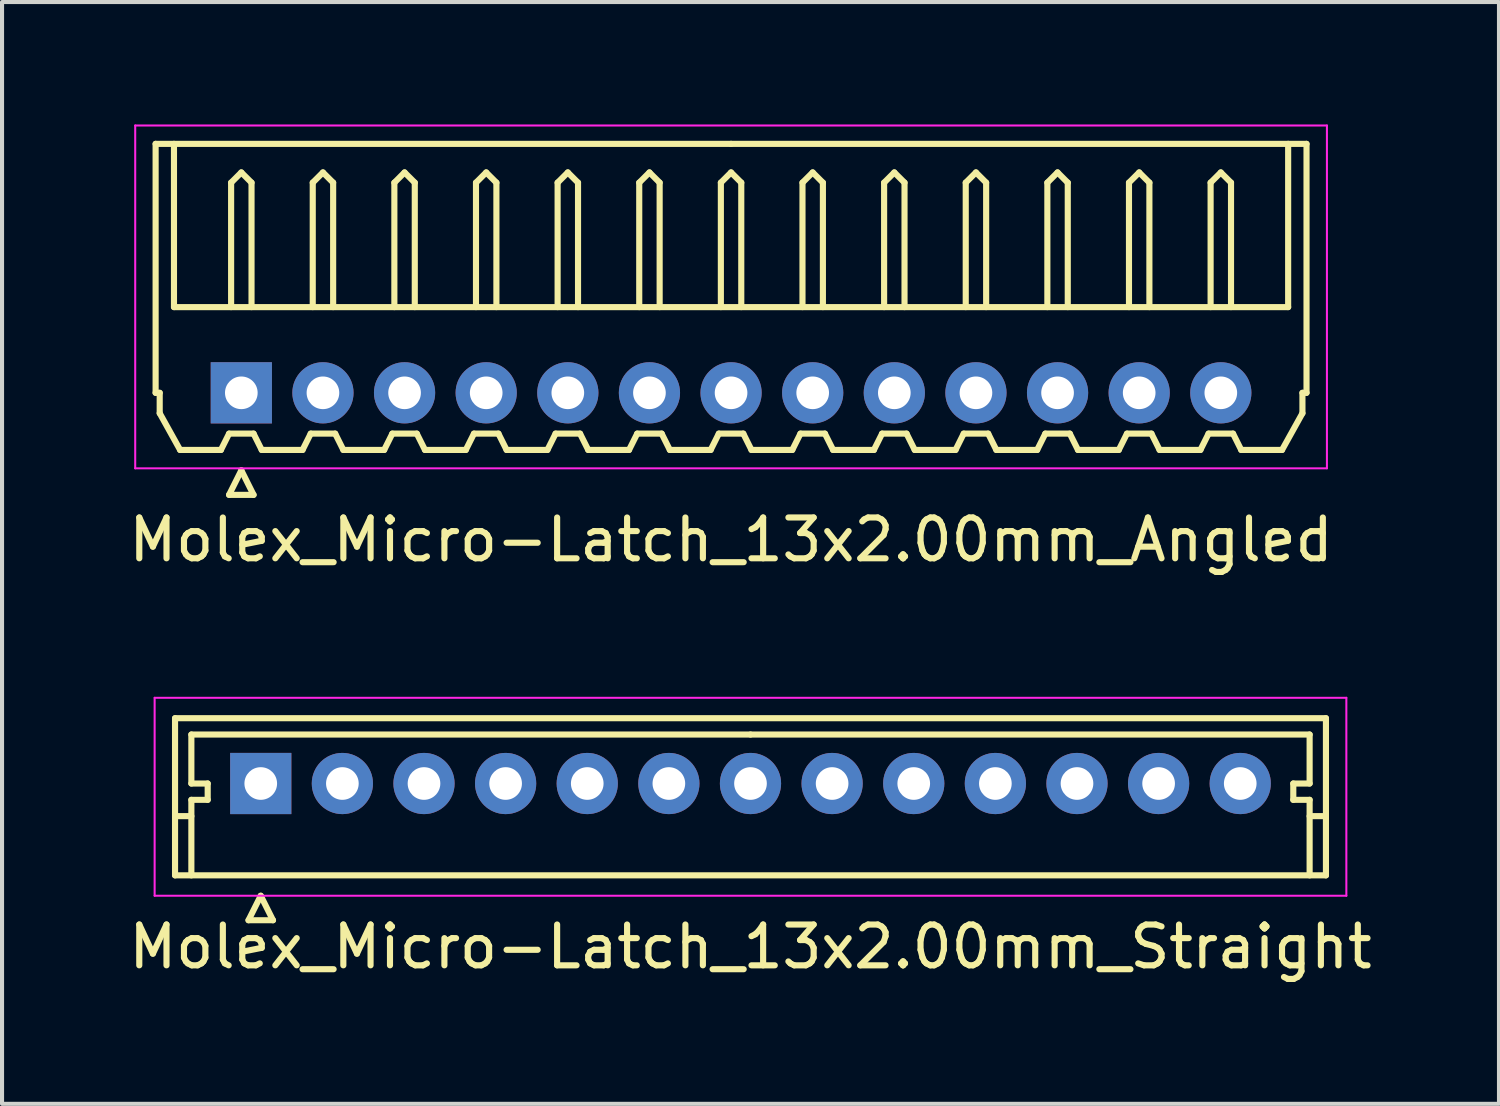
<source format=kicad_pcb>
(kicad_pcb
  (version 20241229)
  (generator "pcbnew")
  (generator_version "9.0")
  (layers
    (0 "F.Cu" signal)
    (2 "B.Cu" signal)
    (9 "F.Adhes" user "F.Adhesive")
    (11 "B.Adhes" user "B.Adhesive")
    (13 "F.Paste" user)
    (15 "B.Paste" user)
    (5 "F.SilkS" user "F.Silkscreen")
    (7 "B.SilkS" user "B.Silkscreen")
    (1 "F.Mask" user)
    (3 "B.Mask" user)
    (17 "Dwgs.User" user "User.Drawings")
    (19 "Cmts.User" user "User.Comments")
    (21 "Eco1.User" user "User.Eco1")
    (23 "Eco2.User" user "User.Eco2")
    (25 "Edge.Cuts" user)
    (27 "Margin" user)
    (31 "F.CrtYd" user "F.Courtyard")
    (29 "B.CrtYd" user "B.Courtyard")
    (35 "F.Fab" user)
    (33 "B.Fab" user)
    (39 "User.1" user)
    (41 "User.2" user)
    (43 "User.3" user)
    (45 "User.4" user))
  (footprint "Molex_Micro-Latch_13x2.00mm_Angled"
    (layer "F.Cu")
    (at 2.863 6.575)
    (property "Reference" "Molex_Micro-Latch_13x2.00mm_Angled" (at 12 3.6 0) (layer "F.SilkS") (effects (font (size 1 1) (thickness 0.15))))
    (attr through_hole)
    (fp_line (start -2.1 -6.1) (end 12 -6.1) (stroke (width 0.15) (type solid)) (layer "F.SilkS"))
    (fp_line (start -2.1 0) (end -2.1 -6.1) (stroke (width 0.15) (type solid)) (layer "F.SilkS"))
    (fp_line (start -2 0) (end -2.1 0) (stroke (width 0.15) (type solid)) (layer "F.SilkS"))
    (fp_line (start -2 0.5) (end -2 0) (stroke (width 0.15) (type solid)) (layer "F.SilkS"))
    (fp_line (start -1.65 -6.1) (end -1.65 -2.1) (stroke (width 0.15) (type solid)) (layer "F.SilkS"))
    (fp_line (start -1.65 -2.1) (end 25.65 -2.1) (stroke (width 0.15) (type solid)) (layer "F.SilkS"))
    (fp_line (start -1.5 1.4) (end -2 0.5) (stroke (width 0.15) (type solid)) (layer "F.SilkS"))
    (fp_line (start -0.5 1.4) (end -1.5 1.4) (stroke (width 0.15) (type solid)) (layer "F.SilkS"))
    (fp_line (start -0.3 1) (end -0.5 1.4) (stroke (width 0.15) (type solid)) (layer "F.SilkS"))
    (fp_line (start -0.3 1) (end 0.3 1) (stroke (width 0.15) (type solid)) (layer "F.SilkS"))
    (fp_line (start -0.3 2.5) (end 0.3 2.5) (stroke (width 0.15) (type solid)) (layer "F.SilkS"))
    (fp_line (start -0.25 -5.15) (end 0 -5.4) (stroke (width 0.15) (type solid)) (layer "F.SilkS"))
    (fp_line (start -0.25 -2.1) (end -0.25 -5.15) (stroke (width 0.15) (type solid)) (layer "F.SilkS"))
    (fp_line (start 0 -5.4) (end 0.25 -5.15) (stroke (width 0.15) (type solid)) (layer "F.SilkS"))
    (fp_line (start 0 1.9) (end -0.3 2.5) (stroke (width 0.15) (type solid)) (layer "F.SilkS"))
    (fp_line (start 0.25 -5.15) (end 0.25 -2.1) (stroke (width 0.15) (type solid)) (layer "F.SilkS"))
    (fp_line (start 0.3 1) (end 0.5 1.4) (stroke (width 0.15) (type solid)) (layer "F.SilkS"))
    (fp_line (start 0.3 2.5) (end 0 1.9) (stroke (width 0.15) (type solid)) (layer "F.SilkS"))
    (fp_line (start 0.5 1.4) (end 1.5 1.4) (stroke (width 0.15) (type solid)) (layer "F.SilkS"))
    (fp_line (start 1.5 1.4) (end 1.7 1) (stroke (width 0.15) (type solid)) (layer "F.SilkS"))
    (fp_line (start 1.7 1) (end 2.3 1) (stroke (width 0.15) (type solid)) (layer "F.SilkS"))
    (fp_line (start 1.75 -5.15) (end 2 -5.4) (stroke (width 0.15) (type solid)) (layer "F.SilkS"))
    (fp_line (start 1.75 -2.1) (end 1.75 -5.15) (stroke (width 0.15) (type solid)) (layer "F.SilkS"))
    (fp_line (start 2 -5.4) (end 2.25 -5.15) (stroke (width 0.15) (type solid)) (layer "F.SilkS"))
    (fp_line (start 2.25 -5.15) (end 2.25 -2.1) (stroke (width 0.15) (type solid)) (layer "F.SilkS"))
    (fp_line (start 2.3 1) (end 2.5 1.4) (stroke (width 0.15) (type solid)) (layer "F.SilkS"))
    (fp_line (start 2.5 1.4) (end 3.5 1.4) (stroke (width 0.15) (type solid)) (layer "F.SilkS"))
    (fp_line (start 3.5 1.4) (end 3.7 1) (stroke (width 0.15) (type solid)) (layer "F.SilkS"))
    (fp_line (start 3.7 1) (end 4.3 1) (stroke (width 0.15) (type solid)) (layer "F.SilkS"))
    (fp_line (start 3.75 -5.15) (end 4 -5.4) (stroke (width 0.15) (type solid)) (layer "F.SilkS"))
    (fp_line (start 3.75 -2.1) (end 3.75 -5.15) (stroke (width 0.15) (type solid)) (layer "F.SilkS"))
    (fp_line (start 4 -5.4) (end 4.25 -5.15) (stroke (width 0.15) (type solid)) (layer "F.SilkS"))
    (fp_line (start 4.25 -5.15) (end 4.25 -2.1) (stroke (width 0.15) (type solid)) (layer "F.SilkS"))
    (fp_line (start 4.3 1) (end 4.5 1.4) (stroke (width 0.15) (type solid)) (layer "F.SilkS"))
    (fp_line (start 4.5 1.4) (end 5.5 1.4) (stroke (width 0.15) (type solid)) (layer "F.SilkS"))
    (fp_line (start 5.5 1.4) (end 5.7 1) (stroke (width 0.15) (type solid)) (layer "F.SilkS"))
    (fp_line (start 5.7 1) (end 6.3 1) (stroke (width 0.15) (type solid)) (layer "F.SilkS"))
    (fp_line (start 5.75 -5.15) (end 6 -5.4) (stroke (width 0.15) (type solid)) (layer "F.SilkS"))
    (fp_line (start 5.75 -2.1) (end 5.75 -5.15) (stroke (width 0.15) (type solid)) (layer "F.SilkS"))
    (fp_line (start 6 -5.4) (end 6.25 -5.15) (stroke (width 0.15) (type solid)) (layer "F.SilkS"))
    (fp_line (start 6.25 -5.15) (end 6.25 -2.1) (stroke (width 0.15) (type solid)) (layer "F.SilkS"))
    (fp_line (start 6.3 1) (end 6.5 1.4) (stroke (width 0.15) (type solid)) (layer "F.SilkS"))
    (fp_line (start 6.5 1.4) (end 7.5 1.4) (stroke (width 0.15) (type solid)) (layer "F.SilkS"))
    (fp_line (start 7.5 1.4) (end 7.7 1) (stroke (width 0.15) (type solid)) (layer "F.SilkS"))
    (fp_line (start 7.7 1) (end 8.3 1) (stroke (width 0.15) (type solid)) (layer "F.SilkS"))
    (fp_line (start 7.75 -5.15) (end 8 -5.4) (stroke (width 0.15) (type solid)) (layer "F.SilkS"))
    (fp_line (start 7.75 -2.1) (end 7.75 -5.15) (stroke (width 0.15) (type solid)) (layer "F.SilkS"))
    (fp_line (start 8 -5.4) (end 8.25 -5.15) (stroke (width 0.15) (type solid)) (layer "F.SilkS"))
    (fp_line (start 8.25 -5.15) (end 8.25 -2.1) (stroke (width 0.15) (type solid)) (layer "F.SilkS"))
    (fp_line (start 8.3 1) (end 8.5 1.4) (stroke (width 0.15) (type solid)) (layer "F.SilkS"))
    (fp_line (start 8.5 1.4) (end 9.5 1.4) (stroke (width 0.15) (type solid)) (layer "F.SilkS"))
    (fp_line (start 9.5 1.4) (end 9.7 1) (stroke (width 0.15) (type solid)) (layer "F.SilkS"))
    (fp_line (start 9.7 1) (end 10.3 1) (stroke (width 0.15) (type solid)) (layer "F.SilkS"))
    (fp_line (start 9.75 -5.15) (end 10 -5.4) (stroke (width 0.15) (type solid)) (layer "F.SilkS"))
    (fp_line (start 9.75 -2.1) (end 9.75 -5.15) (stroke (width 0.15) (type solid)) (layer "F.SilkS"))
    (fp_line (start 10 -5.4) (end 10.25 -5.15) (stroke (width 0.15) (type solid)) (layer "F.SilkS"))
    (fp_line (start 10.25 -5.15) (end 10.25 -2.1) (stroke (width 0.15) (type solid)) (layer "F.SilkS"))
    (fp_line (start 10.3 1) (end 10.5 1.4) (stroke (width 0.15) (type solid)) (layer "F.SilkS"))
    (fp_line (start 10.5 1.4) (end 11.5 1.4) (stroke (width 0.15) (type solid)) (layer "F.SilkS"))
    (fp_line (start 11.5 1.4) (end 11.7 1) (stroke (width 0.15) (type solid)) (layer "F.SilkS"))
    (fp_line (start 11.7 1) (end 12.3 1) (stroke (width 0.15) (type solid)) (layer "F.SilkS"))
    (fp_line (start 11.75 -5.15) (end 12 -5.4) (stroke (width 0.15) (type solid)) (layer "F.SilkS"))
    (fp_line (start 11.75 -2.1) (end 11.75 -5.15) (stroke (width 0.15) (type solid)) (layer "F.SilkS"))
    (fp_line (start 12 -5.4) (end 12.25 -5.15) (stroke (width 0.15) (type solid)) (layer "F.SilkS"))
    (fp_line (start 12.25 -5.15) (end 12.25 -2.1) (stroke (width 0.15) (type solid)) (layer "F.SilkS"))
    (fp_line (start 12.3 1) (end 12.5 1.4) (stroke (width 0.15) (type solid)) (layer "F.SilkS"))
    (fp_line (start 12.5 1.4) (end 13.5 1.4) (stroke (width 0.15) (type solid)) (layer "F.SilkS"))
    (fp_line (start 13.5 1.4) (end 13.7 1) (stroke (width 0.15) (type solid)) (layer "F.SilkS"))
    (fp_line (start 13.7 1) (end 14.3 1) (stroke (width 0.15) (type solid)) (layer "F.SilkS"))
    (fp_line (start 13.75 -5.15) (end 14 -5.4) (stroke (width 0.15) (type solid)) (layer "F.SilkS"))
    (fp_line (start 13.75 -2.1) (end 13.75 -5.15) (stroke (width 0.15) (type solid)) (layer "F.SilkS"))
    (fp_line (start 14 -5.4) (end 14.25 -5.15) (stroke (width 0.15) (type solid)) (layer "F.SilkS"))
    (fp_line (start 14.25 -5.15) (end 14.25 -2.1) (stroke (width 0.15) (type solid)) (layer "F.SilkS"))
    (fp_line (start 14.3 1) (end 14.5 1.4) (stroke (width 0.15) (type solid)) (layer "F.SilkS"))
    (fp_line (start 14.5 1.4) (end 15.5 1.4) (stroke (width 0.15) (type solid)) (layer "F.SilkS"))
    (fp_line (start 15.5 1.4) (end 15.7 1) (stroke (width 0.15) (type solid)) (layer "F.SilkS"))
    (fp_line (start 15.7 1) (end 16.3 1) (stroke (width 0.15) (type solid)) (layer "F.SilkS"))
    (fp_line (start 15.75 -5.15) (end 16 -5.4) (stroke (width 0.15) (type solid)) (layer "F.SilkS"))
    (fp_line (start 15.75 -2.1) (end 15.75 -5.15) (stroke (width 0.15) (type solid)) (layer "F.SilkS"))
    (fp_line (start 16 -5.4) (end 16.25 -5.15) (stroke (width 0.15) (type solid)) (layer "F.SilkS"))
    (fp_line (start 16.25 -5.15) (end 16.25 -2.1) (stroke (width 0.15) (type solid)) (layer "F.SilkS"))
    (fp_line (start 16.3 1) (end 16.5 1.4) (stroke (width 0.15) (type solid)) (layer "F.SilkS"))
    (fp_line (start 16.5 1.4) (end 17.5 1.4) (stroke (width 0.15) (type solid)) (layer "F.SilkS"))
    (fp_line (start 17.5 1.4) (end 17.7 1) (stroke (width 0.15) (type solid)) (layer "F.SilkS"))
    (fp_line (start 17.7 1) (end 18.3 1) (stroke (width 0.15) (type solid)) (layer "F.SilkS"))
    (fp_line (start 17.75 -5.15) (end 18 -5.4) (stroke (width 0.15) (type solid)) (layer "F.SilkS"))
    (fp_line (start 17.75 -2.1) (end 17.75 -5.15) (stroke (width 0.15) (type solid)) (layer "F.SilkS"))
    (fp_line (start 18 -5.4) (end 18.25 -5.15) (stroke (width 0.15) (type solid)) (layer "F.SilkS"))
    (fp_line (start 18.25 -5.15) (end 18.25 -2.1) (stroke (width 0.15) (type solid)) (layer "F.SilkS"))
    (fp_line (start 18.3 1) (end 18.5 1.4) (stroke (width 0.15) (type solid)) (layer "F.SilkS"))
    (fp_line (start 18.5 1.4) (end 19.5 1.4) (stroke (width 0.15) (type solid)) (layer "F.SilkS"))
    (fp_line (start 19.5 1.4) (end 19.7 1) (stroke (width 0.15) (type solid)) (layer "F.SilkS"))
    (fp_line (start 19.7 1) (end 20.3 1) (stroke (width 0.15) (type solid)) (layer "F.SilkS"))
    (fp_line (start 19.75 -5.15) (end 20 -5.4) (stroke (width 0.15) (type solid)) (layer "F.SilkS"))
    (fp_line (start 19.75 -2.1) (end 19.75 -5.15) (stroke (width 0.15) (type solid)) (layer "F.SilkS"))
    (fp_line (start 20 -5.4) (end 20.25 -5.15) (stroke (width 0.15) (type solid)) (layer "F.SilkS"))
    (fp_line (start 20.25 -5.15) (end 20.25 -2.1) (stroke (width 0.15) (type solid)) (layer "F.SilkS"))
    (fp_line (start 20.3 1) (end 20.5 1.4) (stroke (width 0.15) (type solid)) (layer "F.SilkS"))
    (fp_line (start 20.5 1.4) (end 21.5 1.4) (stroke (width 0.15) (type solid)) (layer "F.SilkS"))
    (fp_line (start 21.5 1.4) (end 21.7 1) (stroke (width 0.15) (type solid)) (layer "F.SilkS"))
    (fp_line (start 21.7 1) (end 22.3 1) (stroke (width 0.15) (type solid)) (layer "F.SilkS"))
    (fp_line (start 21.75 -5.15) (end 22 -5.4) (stroke (width 0.15) (type solid)) (layer "F.SilkS"))
    (fp_line (start 21.75 -2.1) (end 21.75 -5.15) (stroke (width 0.15) (type solid)) (layer "F.SilkS"))
    (fp_line (start 22 -5.4) (end 22.25 -5.15) (stroke (width 0.15) (type solid)) (layer "F.SilkS"))
    (fp_line (start 22.25 -5.15) (end 22.25 -2.1) (stroke (width 0.15) (type solid)) (layer "F.SilkS"))
    (fp_line (start 22.3 1) (end 22.5 1.4) (stroke (width 0.15) (type solid)) (layer "F.SilkS"))
    (fp_line (start 22.5 1.4) (end 23.5 1.4) (stroke (width 0.15) (type solid)) (layer "F.SilkS"))
    (fp_line (start 23.5 1.4) (end 23.7 1) (stroke (width 0.15) (type solid)) (layer "F.SilkS"))
    (fp_line (start 23.7 1) (end 24.3 1) (stroke (width 0.15) (type solid)) (layer "F.SilkS"))
    (fp_line (start 23.75 -5.15) (end 24 -5.4) (stroke (width 0.15) (type solid)) (layer "F.SilkS"))
    (fp_line (start 23.75 -2.1) (end 23.75 -5.15) (stroke (width 0.15) (type solid)) (layer "F.SilkS"))
    (fp_line (start 24 -5.4) (end 24.25 -5.15) (stroke (width 0.15) (type solid)) (layer "F.SilkS"))
    (fp_line (start 24.25 -5.15) (end 24.25 -2.1) (stroke (width 0.15) (type solid)) (layer "F.SilkS"))
    (fp_line (start 24.3 1) (end 24.5 1.4) (stroke (width 0.15) (type solid)) (layer "F.SilkS"))
    (fp_line (start 24.5 1.4) (end 25.5 1.4) (stroke (width 0.15) (type solid)) (layer "F.SilkS"))
    (fp_line (start 25.5 1.4) (end 26 0.5) (stroke (width 0.15) (type solid)) (layer "F.SilkS"))
    (fp_line (start 25.65 -2.1) (end 25.65 -6.1) (stroke (width 0.15) (type solid)) (layer "F.SilkS"))
    (fp_line (start 26 0) (end 26.1 0) (stroke (width 0.15) (type solid)) (layer "F.SilkS"))
    (fp_line (start 26 0.5) (end 26 0) (stroke (width 0.15) (type solid)) (layer "F.SilkS"))
    (fp_line (start 26.1 -6.1) (end 12 -6.1) (stroke (width 0.15) (type solid)) (layer "F.SilkS"))
    (fp_line (start 26.1 0) (end 26.1 -6.1) (stroke (width 0.15) (type solid)) (layer "F.SilkS"))
    (fp_line (start -2.6 -6.55) (end -2.6 1.85) (stroke (width 0.05) (type solid)) (layer "F.CrtYd"))
    (fp_line (start -2.6 1.85) (end 26.6 1.85) (stroke (width 0.05) (type solid)) (layer "F.CrtYd"))
    (fp_line (start 26.6 -6.55) (end -2.6 -6.55) (stroke (width 0.05) (type solid)) (layer "F.CrtYd"))
    (fp_line (start 26.6 1.85) (end 26.6 -6.55) (stroke (width 0.05) (type solid)) (layer "F.CrtYd"))
    (pad "1" thru_hole rect (at 0 0) (size 1.5 1.5) (drill 0.8) (layers "*.Cu" "*.Mask"))
    (pad "2" thru_hole circle (at 2 0) (size 1.5 1.5) (drill 0.8) (layers "*.Cu" "*.Mask"))
    (pad "3" thru_hole circle (at 4 0) (size 1.5 1.5) (drill 0.8) (layers "*.Cu" "*.Mask"))
    (pad "4" thru_hole circle (at 6 0) (size 1.5 1.5) (drill 0.8) (layers "*.Cu" "*.Mask"))
    (pad "5" thru_hole circle (at 8 0) (size 1.5 1.5) (drill 0.8) (layers "*.Cu" "*.Mask"))
    (pad "6" thru_hole circle (at 10 0) (size 1.5 1.5) (drill 0.8) (layers "*.Cu" "*.Mask"))
    (pad "7" thru_hole circle (at 12 0) (size 1.5 1.5) (drill 0.8) (layers "*.Cu" "*.Mask"))
    (pad "8" thru_hole circle (at 14 0) (size 1.5 1.5) (drill 0.8) (layers "*.Cu" "*.Mask"))
    (pad "9" thru_hole circle (at 16 0) (size 1.5 1.5) (drill 0.8) (layers "*.Cu" "*.Mask"))
    (pad "10" thru_hole circle (at 18 0) (size 1.5 1.5) (drill 0.8) (layers "*.Cu" "*.Mask"))
    (pad "11" thru_hole circle (at 20 0) (size 1.5 1.5) (drill 0.8) (layers "*.Cu" "*.Mask"))
    (pad "12" thru_hole circle (at 22 0) (size 1.5 1.5) (drill 0.8) (layers "*.Cu" "*.Mask"))
    (pad "13" thru_hole circle (at 24 0) (size 1.5 1.5) (drill 0.8) (layers "*.Cu" "*.Mask")))
  (footprint "Molex_Micro-Latch_13x2.00mm_Straight"
    (layer "F.Cu")
    (at 3.339 16.148)
    (property "Reference" "Molex_Micro-Latch_13x2.00mm_Straight" (at 12 4 0) (layer "F.SilkS") (effects (font (size 1 1) (thickness 0.15))))
    (attr through_hole)
    (fp_line (start -2.1 -1.6) (end -2.1 2.25) (stroke (width 0.15) (type solid)) (layer "F.SilkS"))
    (fp_line (start -2.1 0.8) (end -1.7 0.8) (stroke (width 0.15) (type solid)) (layer "F.SilkS"))
    (fp_line (start -2.1 2.25) (end 26.1 2.25) (stroke (width 0.15) (type solid)) (layer "F.SilkS"))
    (fp_line (start -1.7 -1.2) (end -1.7 0) (stroke (width 0.15) (type solid)) (layer "F.SilkS"))
    (fp_line (start -1.7 0) (end -1.3 0) (stroke (width 0.15) (type solid)) (layer "F.SilkS"))
    (fp_line (start -1.7 0.4) (end -1.7 2.25) (stroke (width 0.15) (type solid)) (layer "F.SilkS"))
    (fp_line (start -1.3 0) (end -1.3 0.4) (stroke (width 0.15) (type solid)) (layer "F.SilkS"))
    (fp_line (start -1.3 0.4) (end -1.7 0.4) (stroke (width 0.15) (type solid)) (layer "F.SilkS"))
    (fp_line (start -0.3 3.35) (end 0.3 3.35) (stroke (width 0.15) (type solid)) (layer "F.SilkS"))
    (fp_line (start 0 2.75) (end -0.3 3.35) (stroke (width 0.15) (type solid)) (layer "F.SilkS"))
    (fp_line (start 0.3 3.35) (end 0 2.75) (stroke (width 0.15) (type solid)) (layer "F.SilkS"))
    (fp_line (start 12 -1.2) (end -1.7 -1.2) (stroke (width 0.15) (type solid)) (layer "F.SilkS"))
    (fp_line (start 12 -1.2) (end 25.7 -1.2) (stroke (width 0.15) (type solid)) (layer "F.SilkS"))
    (fp_line (start 25.3 0) (end 25.3 0.4) (stroke (width 0.15) (type solid)) (layer "F.SilkS"))
    (fp_line (start 25.3 0.4) (end 25.7 0.4) (stroke (width 0.15) (type solid)) (layer "F.SilkS"))
    (fp_line (start 25.7 -1.2) (end 25.7 0) (stroke (width 0.15) (type solid)) (layer "F.SilkS"))
    (fp_line (start 25.7 0) (end 25.3 0) (stroke (width 0.15) (type solid)) (layer "F.SilkS"))
    (fp_line (start 25.7 0.4) (end 25.7 2.25) (stroke (width 0.15) (type solid)) (layer "F.SilkS"))
    (fp_line (start 26.1 -1.6) (end -2.1 -1.6) (stroke (width 0.15) (type solid)) (layer "F.SilkS"))
    (fp_line (start 26.1 0.8) (end 25.7 0.8) (stroke (width 0.15) (type solid)) (layer "F.SilkS"))
    (fp_line (start 26.1 2.25) (end 26.1 -1.6) (stroke (width 0.15) (type solid)) (layer "F.SilkS"))
    (fp_line (start -2.6 -2.1) (end -2.6 2.75) (stroke (width 0.05) (type solid)) (layer "F.CrtYd"))
    (fp_line (start -2.6 2.75) (end 26.6 2.75) (stroke (width 0.05) (type solid)) (layer "F.CrtYd"))
    (fp_line (start 26.6 -2.1) (end -2.6 -2.1) (stroke (width 0.05) (type solid)) (layer "F.CrtYd"))
    (fp_line (start 26.6 2.75) (end 26.6 -2.1) (stroke (width 0.05) (type solid)) (layer "F.CrtYd"))
    (pad "1" thru_hole rect (at 0 0) (size 1.5 1.5) (drill 0.8) (layers "*.Cu" "*.Mask"))
    (pad "2" thru_hole circle (at 2 0) (size 1.5 1.5) (drill 0.8) (layers "*.Cu" "*.Mask"))
    (pad "3" thru_hole circle (at 4 0) (size 1.5 1.5) (drill 0.8) (layers "*.Cu" "*.Mask"))
    (pad "4" thru_hole circle (at 6 0) (size 1.5 1.5) (drill 0.8) (layers "*.Cu" "*.Mask"))
    (pad "5" thru_hole circle (at 8 0) (size 1.5 1.5) (drill 0.8) (layers "*.Cu" "*.Mask"))
    (pad "6" thru_hole circle (at 10 0) (size 1.5 1.5) (drill 0.8) (layers "*.Cu" "*.Mask"))
    (pad "7" thru_hole circle (at 12 0) (size 1.5 1.5) (drill 0.8) (layers "*.Cu" "*.Mask"))
    (pad "8" thru_hole circle (at 14 0) (size 1.5 1.5) (drill 0.8) (layers "*.Cu" "*.Mask"))
    (pad "9" thru_hole circle (at 16 0) (size 1.5 1.5) (drill 0.8) (layers "*.Cu" "*.Mask"))
    (pad "10" thru_hole circle (at 18 0) (size 1.5 1.5) (drill 0.8) (layers "*.Cu" "*.Mask"))
    (pad "11" thru_hole circle (at 20 0) (size 1.5 1.5) (drill 0.8) (layers "*.Cu" "*.Mask"))
    (pad "12" thru_hole circle (at 22 0) (size 1.5 1.5) (drill 0.8) (layers "*.Cu" "*.Mask"))
    (pad "13" thru_hole circle (at 24 0) (size 1.5 1.5) (drill 0.8) (layers "*.Cu" "*.Mask")))
  (gr_rect
    (start -3 -3)
    (end 33.679 23.997)
    (stroke (width 0.1) (type default))
    (fill no)
    (layer "Edge.Cuts")))
</source>
